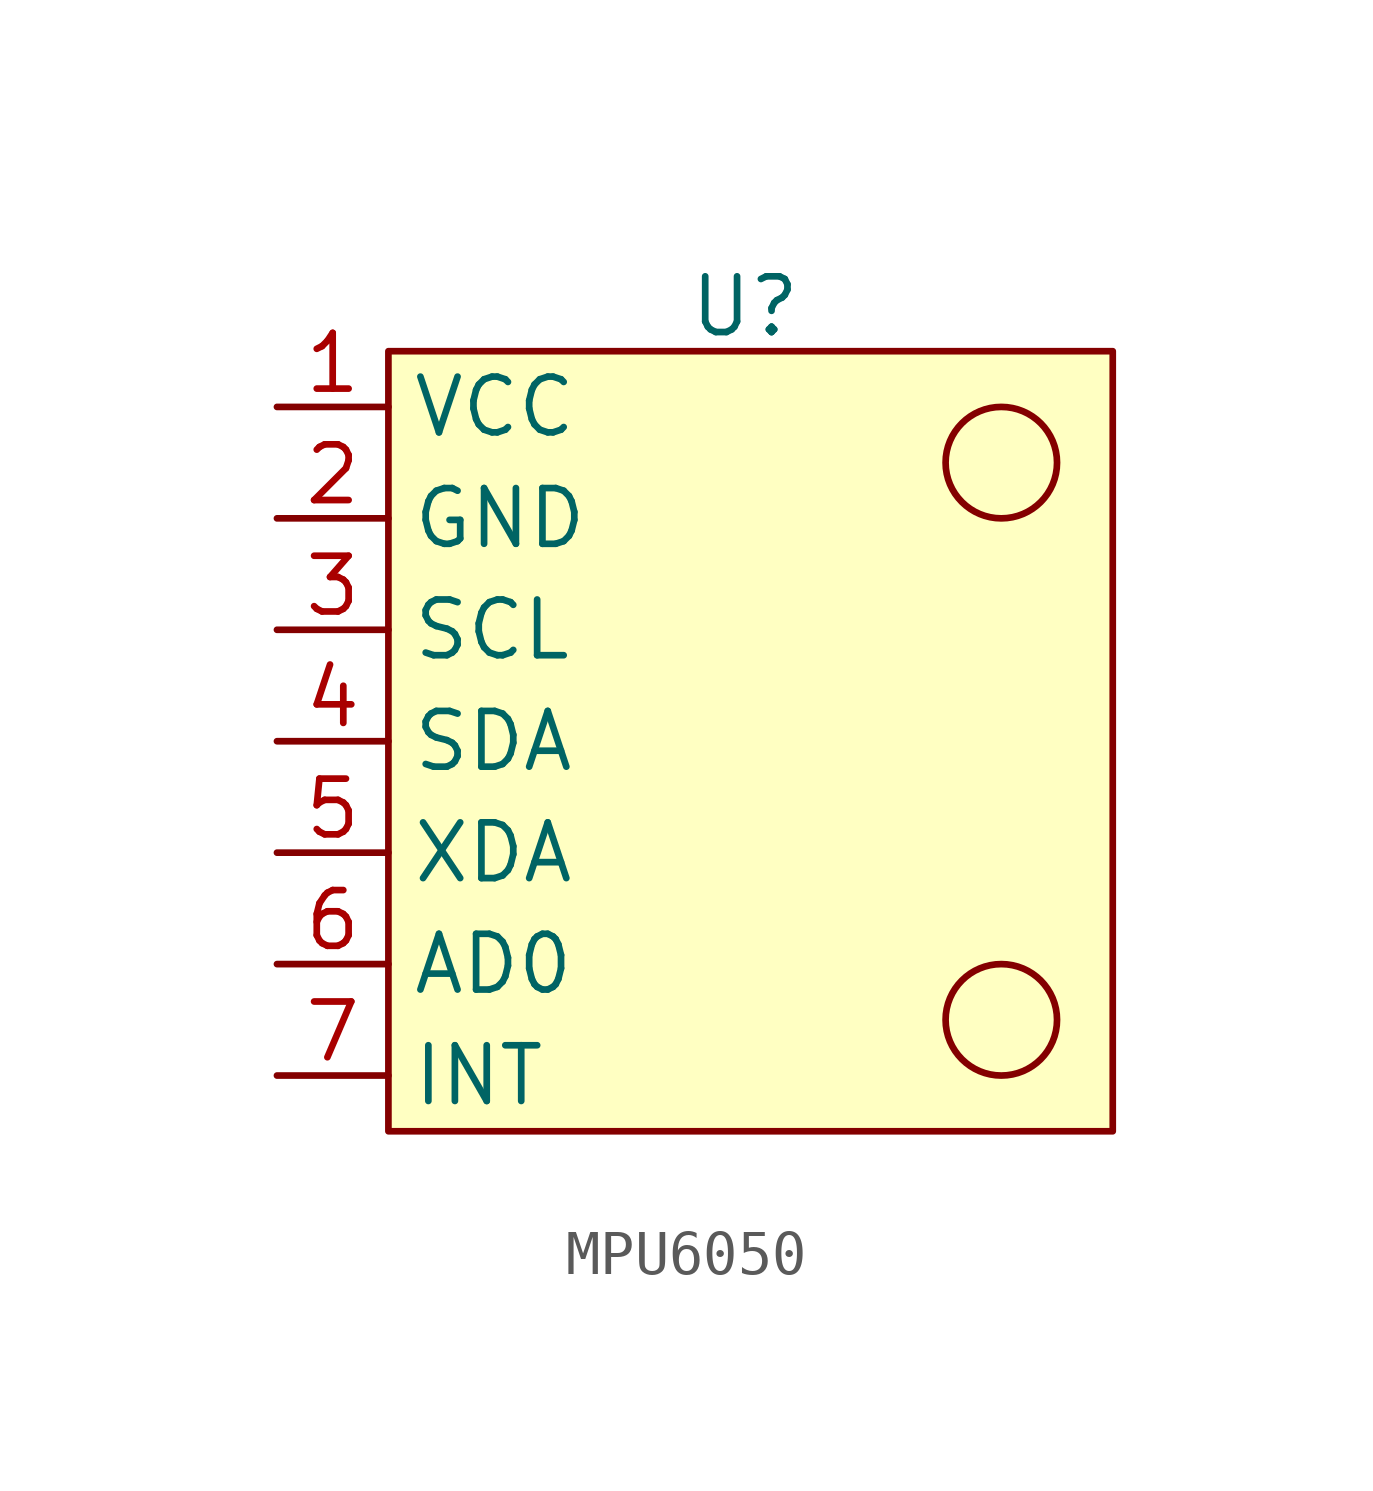
<source format=kicad_sym>
(kicad_symbol_lib
  (version 20231120)
  (generator "kicad_symbol_editor")
  (generator_version "8.0")
  (symbol "MPU6050"
    (property "Reference" "U"
      (at 0.508 9.906 0)
      (effects (font (size 1.27 1.27))))
    (property "Value" ""
      (at -1.27 1.27 0)
      (effects (font (size 1.27 1.27))))
    (symbol "MPU6050_0_1"
      (circle (center 6.35 -6.35) (radius 1.27) (stroke (width 0) (type default)) (fill (type none)))
      (circle (center 6.35 6.35) (radius 1.27) (stroke (width 0) (type default)) (fill (type none))))
    (symbol "MPU6050_1_1"
      (rectangle (start -7.62 8.89) (end 8.89 -8.89) (stroke (width 0) (type default)) (fill (type background)))
      (pin power_in line (at -10.16 7.62 0) (length 2.54) (name "VCC" (effects (font (size 1.27 1.27)))) (number "1" (effects (font (size 1.27 1.27)))))
      (pin power_in line (at -10.16 5.08 0) (length 2.54) (name "GND" (effects (font (size 1.27 1.27)))) (number "2" (effects (font (size 1.27 1.27)))))
      (pin bidirectional line (at -10.16 2.54 0) (length 2.54) (name "SCL" (effects (font (size 1.27 1.27)))) (number "3" (effects (font (size 1.27 1.27)))))
      (pin bidirectional line (at -10.16 0 0) (length 2.54) (name "SDA" (effects (font (size 1.27 1.27)))) (number "4" (effects (font (size 1.27 1.27)))))
      (pin bidirectional line (at -10.16 -2.54 0) (length 2.54) (name "XDA" (effects (font (size 1.27 1.27)))) (number "5" (effects (font (size 1.27 1.27)))))
      (pin bidirectional line (at -10.16 -5.08 0) (length 2.54) (name "AD0" (effects (font (size 1.27 1.27)))) (number "6" (effects (font (size 1.27 1.27)))))
      (pin bidirectional line (at -10.16 -7.62 0) (length 2.54) (name "INT" (effects (font (size 1.27 1.27)))) (number "7" (effects (font (size 1.27 1.27))))))))
</source>
